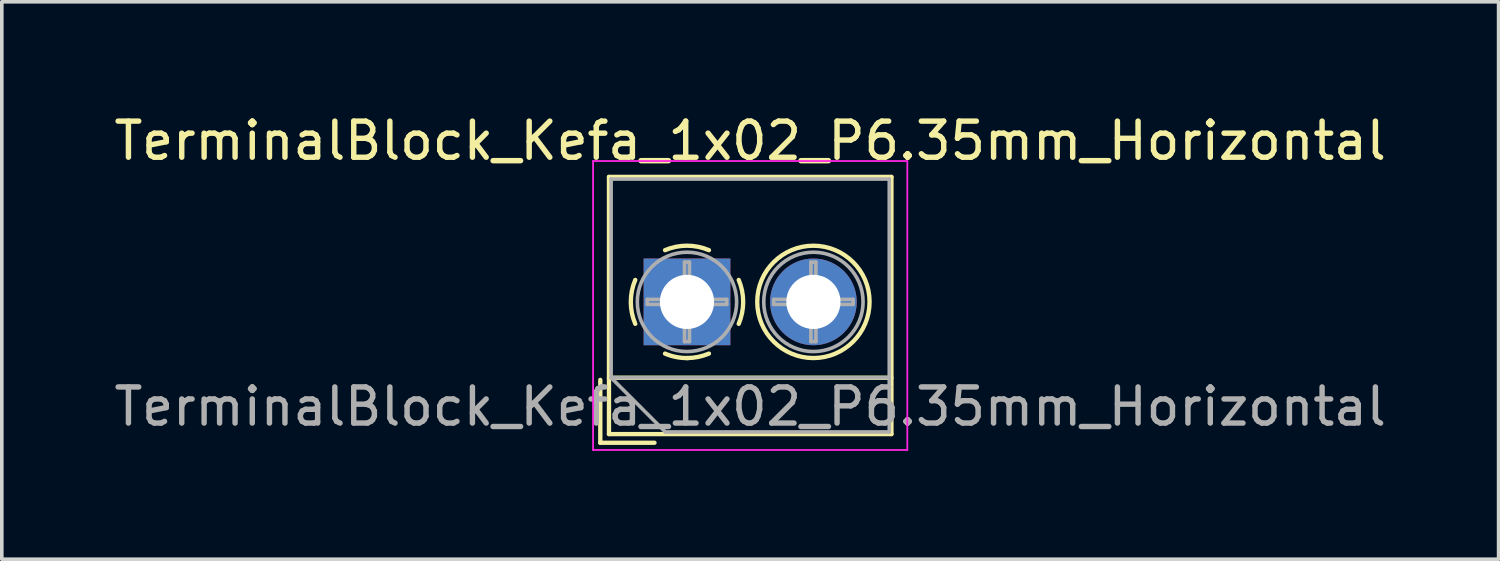
<source format=kicad_pcb>
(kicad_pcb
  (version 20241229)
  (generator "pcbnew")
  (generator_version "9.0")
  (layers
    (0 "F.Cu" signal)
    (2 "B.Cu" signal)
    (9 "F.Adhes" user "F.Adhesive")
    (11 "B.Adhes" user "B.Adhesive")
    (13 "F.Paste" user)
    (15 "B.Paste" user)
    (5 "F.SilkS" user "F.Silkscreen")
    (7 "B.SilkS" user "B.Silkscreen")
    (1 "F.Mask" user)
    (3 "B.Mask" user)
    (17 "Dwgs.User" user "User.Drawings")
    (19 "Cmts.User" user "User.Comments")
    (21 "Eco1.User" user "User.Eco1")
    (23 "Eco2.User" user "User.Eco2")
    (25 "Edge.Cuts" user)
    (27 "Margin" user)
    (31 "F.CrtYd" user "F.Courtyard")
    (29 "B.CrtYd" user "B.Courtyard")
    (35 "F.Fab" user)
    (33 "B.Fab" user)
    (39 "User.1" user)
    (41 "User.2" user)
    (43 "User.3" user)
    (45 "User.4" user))
  (footprint "TerminalBlock_Kefa_1x02_P6.35mm_Horizontal"
    (layer "F.Cu")
    (at 15.97 5.308)
    (property "Reference" "TerminalBlock_Kefa_1x02_P6.35mm_Horizontal" (at 1.75 -4.46 0) (layer "F.SilkS") (effects (font (size 1 1) (thickness 0.15))))
    (attr through_hole)
    (fp_line (start -2.4 2.16) (end -2.4 3.9) (stroke (width 0.12) (type solid)) (layer "F.SilkS"))
    (fp_line (start -2.4 3.9) (end -0.9 3.9) (stroke (width 0.12) (type solid)) (layer "F.SilkS"))
    (fp_line (start -2.16 -3.46) (end -2.16 3.66) (stroke (width 0.12) (type solid)) (layer "F.SilkS"))
    (fp_line (start -2.16 -3.46) (end 5.66 -3.46) (stroke (width 0.12) (type solid)) (layer "F.SilkS"))
    (fp_line (start -2.16 2.1) (end 5.66 2.1) (stroke (width 0.12) (type solid)) (layer "F.SilkS"))
    (fp_line (start -2.16 3.66) (end 5.66 3.66) (stroke (width 0.12) (type solid)) (layer "F.SilkS"))
    (fp_line (start 5.66 -3.46) (end 5.66 3.66) (stroke (width 0.12) (type solid)) (layer "F.SilkS"))
    (fp_arc (start -1.432109 0.607742) (mid -1.555727 -0.00014) (end -1.432 -0.608) (stroke (width 0.12) (type solid)) (layer "F.SilkS"))
    (fp_arc (start -0.607742 -1.432109) (mid 0.00014 -1.555727) (end 0.608 -1.432) (stroke (width 0.12) (type solid)) (layer "F.SilkS"))
    (fp_arc (start 0.027011 1.555493) (mid -0.296984 1.527118) (end -0.608 1.432) (stroke (width 0.12) (type solid)) (layer "F.SilkS"))
    (fp_arc (start 0.607587 1.431385) (mid 0.310017 1.523783) (end 0 1.555) (stroke (width 0.12) (type solid)) (layer "F.SilkS"))
    (fp_arc (start 1.432109 -0.607742) (mid 1.555727 0.00014) (end 1.432 0.608) (stroke (width 0.12) (type solid)) (layer "F.SilkS"))
    (fp_circle (center 3.5 0) (end 5.055 0) (stroke (width 0.12) (type solid)) (fill no) (layer "F.SilkS"))
    (fp_line (start -2.6 -3.9) (end -2.6 4.1) (stroke (width 0.05) (type solid)) (layer "F.CrtYd"))
    (fp_line (start -2.6 4.1) (end 6.1 4.1) (stroke (width 0.05) (type solid)) (layer "F.CrtYd"))
    (fp_line (start 6.1 -3.9) (end -2.6 -3.9) (stroke (width 0.05) (type solid)) (layer "F.CrtYd"))
    (fp_line (start 6.1 4.1) (end 6.1 -3.9) (stroke (width 0.05) (type solid)) (layer "F.CrtYd"))
    (fp_line (start -2.1 -3.4) (end 5.6 -3.4) (stroke (width 0.1) (type solid)) (layer "F.Fab"))
    (fp_line (start -2.1 2.1) (end -2.1 -3.4) (stroke (width 0.1) (type solid)) (layer "F.Fab"))
    (fp_line (start -2.1 2.1) (end 5.6 2.1) (stroke (width 0.1) (type solid)) (layer "F.Fab"))
    (fp_line (start -1.1 -0.069) (end -0.069 -0.069) (stroke (width 0.1) (type solid)) (layer "F.Fab"))
    (fp_line (start -1.1 0.069) (end -1.1 -0.069) (stroke (width 0.1) (type solid)) (layer "F.Fab"))
    (fp_line (start -0.6 3.6) (end -2.1 2.1) (stroke (width 0.1) (type solid)) (layer "F.Fab"))
    (fp_line (start -0.069 -1.1) (end 0.069 -1.1) (stroke (width 0.1) (type solid)) (layer "F.Fab"))
    (fp_line (start -0.069 -0.069) (end -0.069 -1.1) (stroke (width 0.1) (type solid)) (layer "F.Fab"))
    (fp_line (start -0.069 0.069) (end -1.1 0.069) (stroke (width 0.1) (type solid)) (layer "F.Fab"))
    (fp_line (start -0.069 1.1) (end -0.069 0.069) (stroke (width 0.1) (type solid)) (layer "F.Fab"))
    (fp_line (start 0.069 -1.1) (end 0.069 -0.069) (stroke (width 0.1) (type solid)) (layer "F.Fab"))
    (fp_line (start 0.069 -0.069) (end 1.1 -0.069) (stroke (width 0.1) (type solid)) (layer "F.Fab"))
    (fp_line (start 0.069 0.069) (end 0.069 1.1) (stroke (width 0.1) (type solid)) (layer "F.Fab"))
    (fp_line (start 0.069 1.1) (end -0.069 1.1) (stroke (width 0.1) (type solid)) (layer "F.Fab"))
    (fp_line (start 1.1 -0.069) (end 1.1 0.069) (stroke (width 0.1) (type solid)) (layer "F.Fab"))
    (fp_line (start 1.1 0.069) (end 0.069 0.069) (stroke (width 0.1) (type solid)) (layer "F.Fab"))
    (fp_line (start 2.4 -0.069) (end 3.431 -0.069) (stroke (width 0.1) (type solid)) (layer "F.Fab"))
    (fp_line (start 2.4 0.069) (end 2.4 -0.069) (stroke (width 0.1) (type solid)) (layer "F.Fab"))
    (fp_line (start 3.431 -1.1) (end 3.569 -1.1) (stroke (width 0.1) (type solid)) (layer "F.Fab"))
    (fp_line (start 3.431 -0.069) (end 3.431 -1.1) (stroke (width 0.1) (type solid)) (layer "F.Fab"))
    (fp_line (start 3.431 0.069) (end 2.4 0.069) (stroke (width 0.1) (type solid)) (layer "F.Fab"))
    (fp_line (start 3.431 1.1) (end 3.431 0.069) (stroke (width 0.1) (type solid)) (layer "F.Fab"))
    (fp_line (start 3.569 -1.1) (end 3.569 -0.069) (stroke (width 0.1) (type solid)) (layer "F.Fab"))
    (fp_line (start 3.569 -0.069) (end 4.6 -0.069) (stroke (width 0.1) (type solid)) (layer "F.Fab"))
    (fp_line (start 3.569 0.069) (end 3.569 1.1) (stroke (width 0.1) (type solid)) (layer "F.Fab"))
    (fp_line (start 3.569 1.1) (end 3.431 1.1) (stroke (width 0.1) (type solid)) (layer "F.Fab"))
    (fp_line (start 4.6 -0.069) (end 4.6 0.069) (stroke (width 0.1) (type solid)) (layer "F.Fab"))
    (fp_line (start 4.6 0.069) (end 3.569 0.069) (stroke (width 0.1) (type solid)) (layer "F.Fab"))
    (fp_line (start 5.6 -3.4) (end 5.6 3.6) (stroke (width 0.1) (type solid)) (layer "F.Fab"))
    (fp_line (start 5.6 3.6) (end -0.6 3.6) (stroke (width 0.1) (type solid)) (layer "F.Fab"))
    (fp_circle (center 0 0) (end 1.375 0) (stroke (width 0.1) (type solid)) (fill no) (layer "F.Fab"))
    (fp_circle (center 3.5 0) (end 4.875 0) (stroke (width 0.1) (type solid)) (fill no) (layer "F.Fab"))
    (fp_text user "${REFERENCE}" (at 1.75 2.9 0) (layer "F.Fab") (effects (font (size 1 1) (thickness 0.15))))
    (pad "1" thru_hole rect (at 0 0) (size 2.4 2.4) (drill 1.5) (layers "*.Cu" "*.Mask"))
    (pad "2" thru_hole circle (at 3.5 0) (size 2.4 2.4) (drill 1.5) (layers "*.Cu" "*.Mask")))
  (gr_rect
    (start -3 -3)
    (end 38.44 12.433)
    (stroke (width 0.1) (type default))
    (fill no)
    (layer "Edge.Cuts")))
</source>
